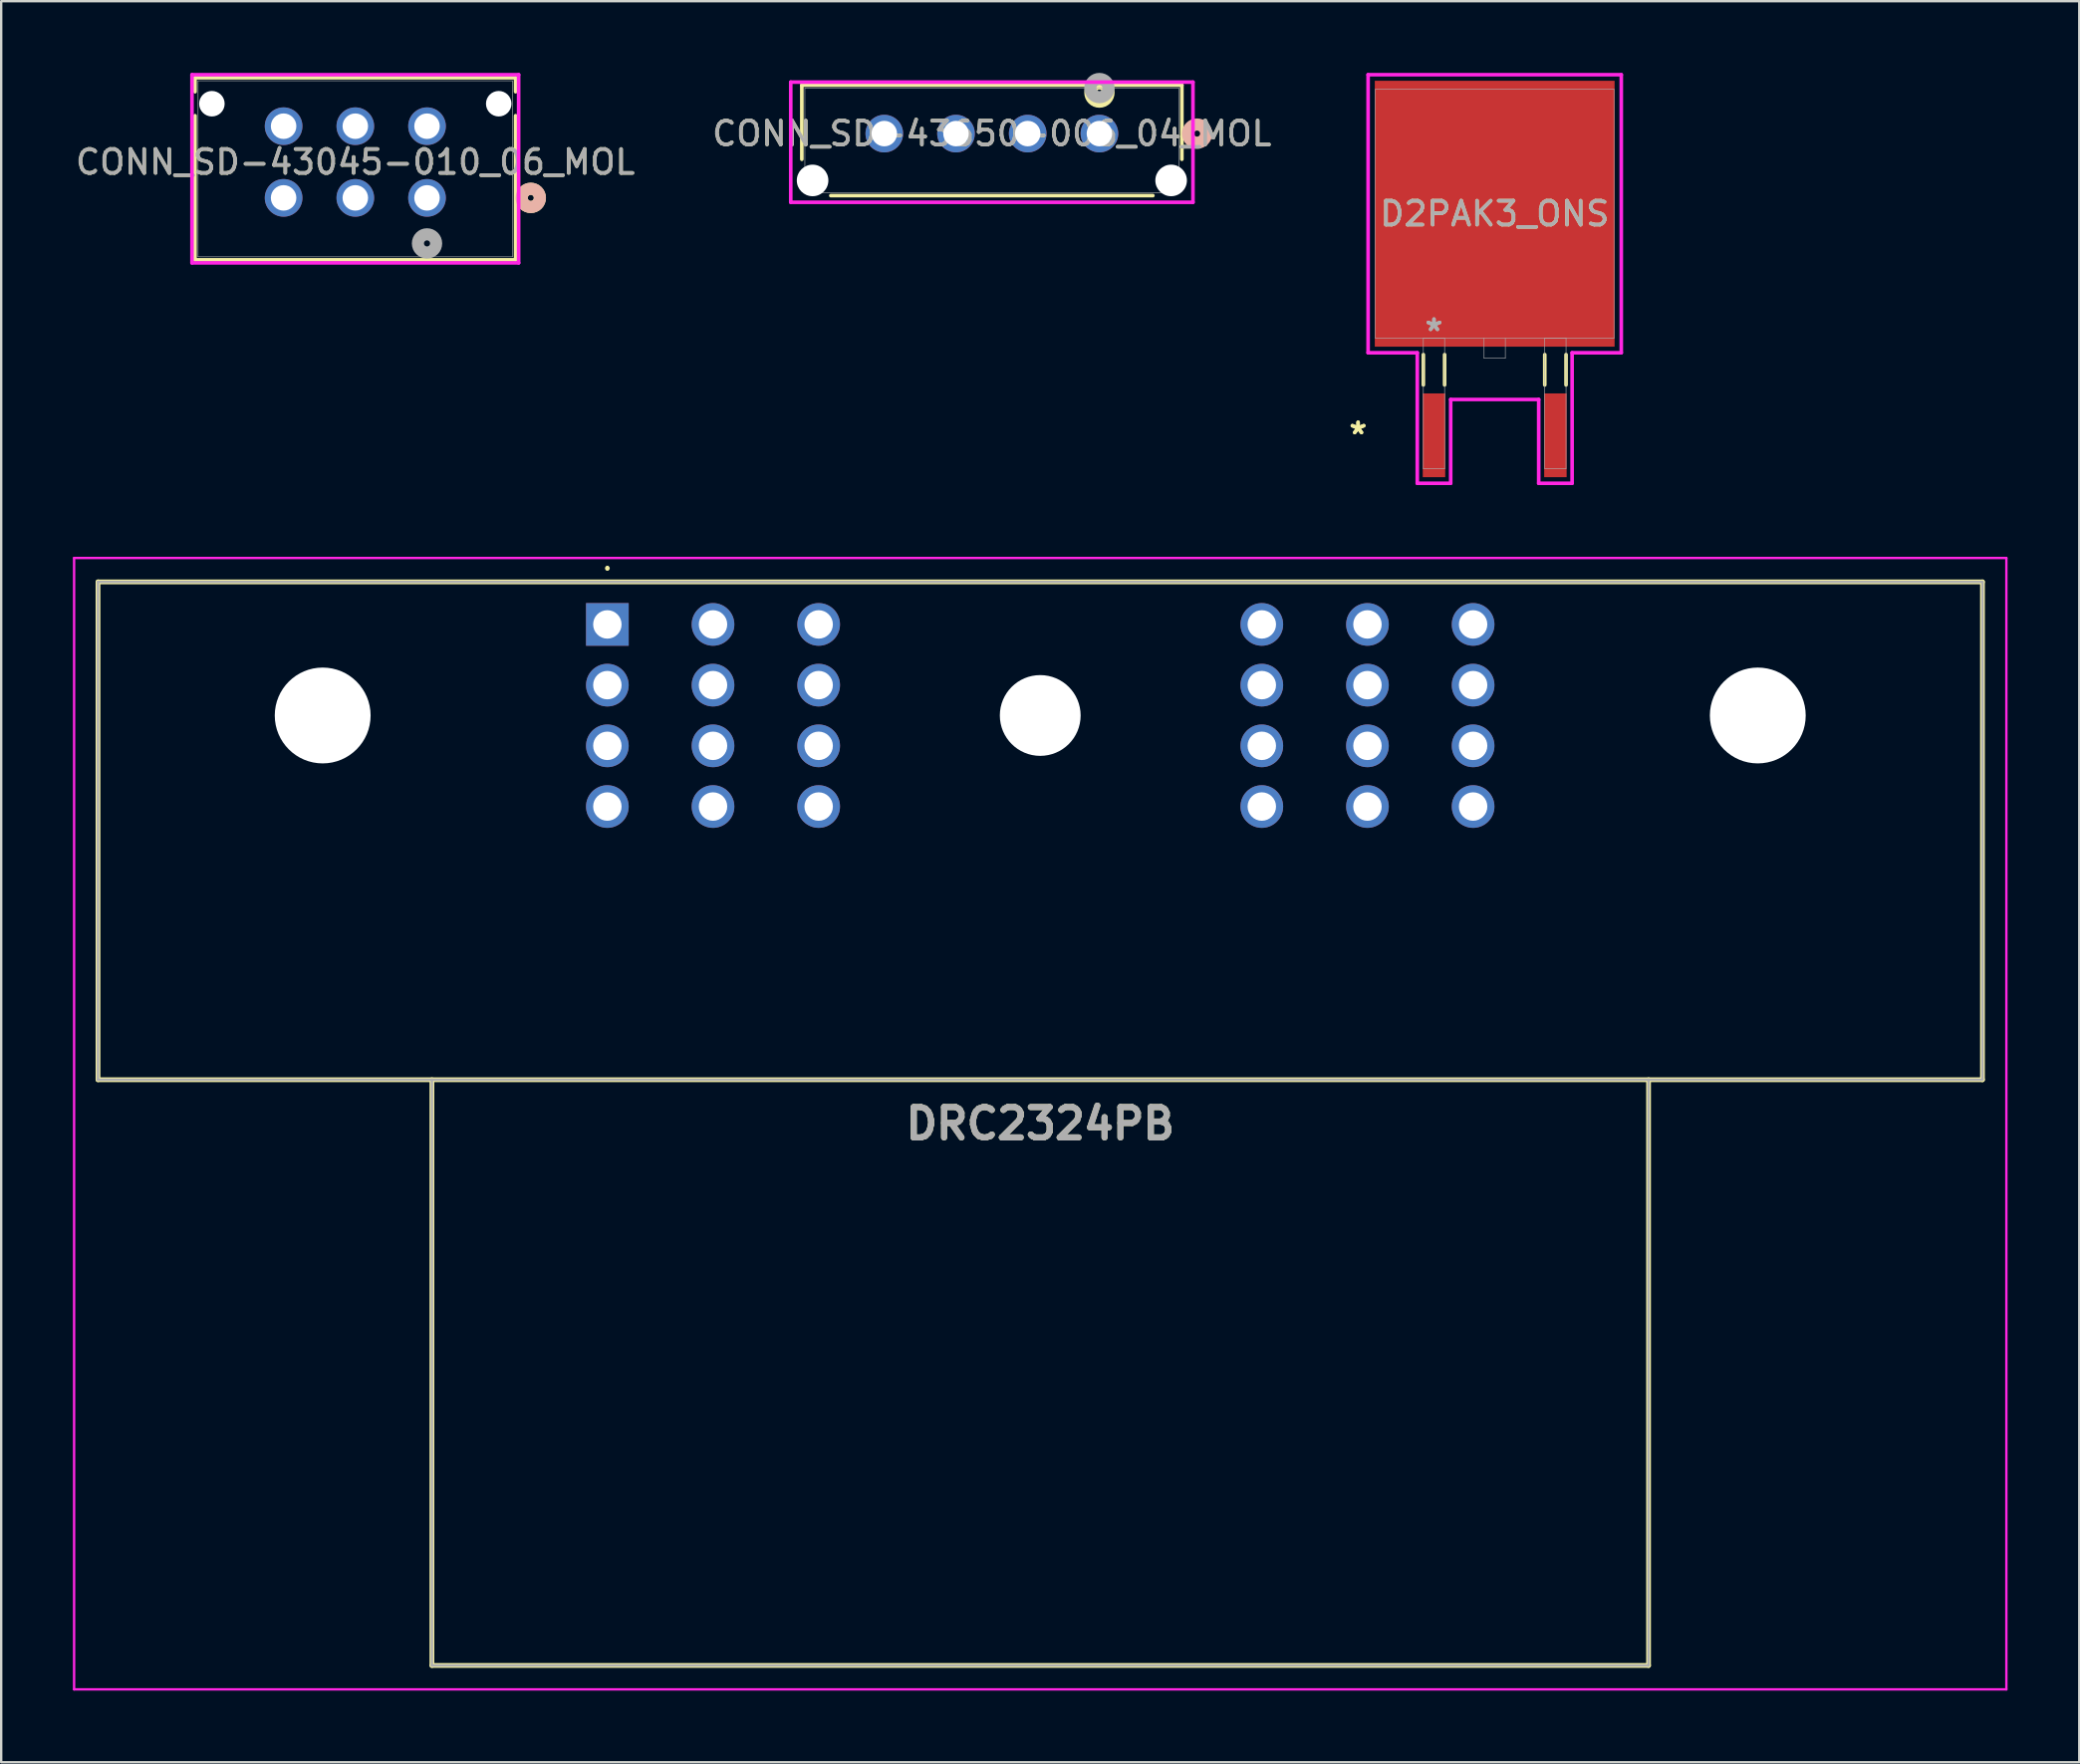
<source format=kicad_pcb>
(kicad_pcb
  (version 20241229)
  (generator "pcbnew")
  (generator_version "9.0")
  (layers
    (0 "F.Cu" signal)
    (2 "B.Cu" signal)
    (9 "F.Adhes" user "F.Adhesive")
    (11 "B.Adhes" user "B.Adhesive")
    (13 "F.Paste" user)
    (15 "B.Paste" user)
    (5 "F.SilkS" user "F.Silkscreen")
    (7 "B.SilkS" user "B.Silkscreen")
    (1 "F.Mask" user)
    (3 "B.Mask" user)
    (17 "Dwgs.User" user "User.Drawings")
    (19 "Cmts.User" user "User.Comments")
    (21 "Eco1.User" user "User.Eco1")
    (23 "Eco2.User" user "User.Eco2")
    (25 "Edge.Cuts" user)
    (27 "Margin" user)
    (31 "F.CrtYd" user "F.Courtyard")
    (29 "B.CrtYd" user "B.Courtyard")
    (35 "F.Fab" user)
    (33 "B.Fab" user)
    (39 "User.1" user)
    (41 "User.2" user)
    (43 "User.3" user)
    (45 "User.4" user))
  (footprint "DRC2324PB"
    (layer "F.Cu")
    (at 22.36 23.077)
    (property "Reference" "DRC2324PB" (at 18.11 20.89 0) (layer "F.SilkS") (effects (font (size 1.27 1.27) (thickness 0.254))))
    (attr through_hole)
    (fp_line (start -21.31 -1.78) (end -21.31 19.05) (stroke (width 0.2) (type solid)) (layer "F.SilkS"))
    (fp_line (start -21.31 19.05) (end 57.53 19.05) (stroke (width 0.2) (type solid)) (layer "F.SilkS"))
    (fp_line (start -7.34 19.05) (end -7.34 43.56) (stroke (width 0.2) (type solid)) (layer "F.SilkS"))
    (fp_line (start -7.34 43.56) (end 43.56 43.56) (stroke (width 0.2) (type solid)) (layer "F.SilkS"))
    (fp_line (start 0 -2.4) (end 0 -2.4) (stroke (width 0.1) (type solid)) (layer "F.SilkS"))
    (fp_line (start 0 -2.3) (end 0 -2.3) (stroke (width 0.1) (type solid)) (layer "F.SilkS"))
    (fp_line (start 43.56 43.56) (end 43.56 19.05) (stroke (width 0.2) (type solid)) (layer "F.SilkS"))
    (fp_line (start 57.53 -1.78) (end -21.31 -1.78) (stroke (width 0.2) (type solid)) (layer "F.SilkS"))
    (fp_line (start 57.53 19.05) (end 57.53 -1.78) (stroke (width 0.2) (type solid)) (layer "F.SilkS"))
    (fp_arc (start 0 -2.4) (mid 0.05 -2.35) (end 0 -2.3) (stroke (width 0.1) (type solid)) (layer "F.SilkS"))
    (fp_arc (start 0 -2.3) (mid -0.05 -2.35) (end 0 -2.4) (stroke (width 0.1) (type solid)) (layer "F.SilkS"))
    (fp_line (start -22.31 -2.78) (end -22.31 44.56) (stroke (width 0.1) (type solid)) (layer "F.CrtYd"))
    (fp_line (start -22.31 44.56) (end 58.53 44.56) (stroke (width 0.1) (type solid)) (layer "F.CrtYd"))
    (fp_line (start 58.53 -2.78) (end -22.31 -2.78) (stroke (width 0.1) (type solid)) (layer "F.CrtYd"))
    (fp_line (start 58.53 44.56) (end 58.53 -2.78) (stroke (width 0.1) (type solid)) (layer "F.CrtYd"))
    (fp_line (start -21.31 -1.78) (end -21.31 19.05) (stroke (width 0.1) (type solid)) (layer "F.Fab"))
    (fp_line (start -21.31 19.05) (end 57.53 19.05) (stroke (width 0.1) (type solid)) (layer "F.Fab"))
    (fp_line (start -7.34 19.05) (end -7.34 43.56) (stroke (width 0.1) (type solid)) (layer "F.Fab"))
    (fp_line (start -7.34 43.56) (end 43.56 43.56) (stroke (width 0.1) (type solid)) (layer "F.Fab"))
    (fp_line (start 43.56 43.56) (end 43.56 19.05) (stroke (width 0.1) (type solid)) (layer "F.Fab"))
    (fp_line (start 57.53 -1.78) (end -21.31 -1.78) (stroke (width 0.1) (type solid)) (layer "F.Fab"))
    (fp_line (start 57.53 19.05) (end 57.53 -1.78) (stroke (width 0.1) (type solid)) (layer "F.Fab"))
    (fp_text user "${REFERENCE}" (at 18.11 20.89 0) (layer "F.Fab") (effects (font (size 1.27 1.27) (thickness 0.254))))
    (pad "" np_thru_hole circle (at -11.91 3.81) (size 4.01 4.01) (drill 4.01) (layers "*.Cu" "*.Mask"))
    (pad "" np_thru_hole circle (at 18.11 3.81) (size 3.38 3.38) (drill 3.38) (layers "*.Cu" "*.Mask"))
    (pad "" np_thru_hole circle (at 48.13 3.81) (size 4.01 4.01) (drill 4.01) (layers "*.Cu" "*.Mask"))
    (pad "1" thru_hole rect (at 0 0) (size 1.785 1.785) (drill 1.19) (layers "*.Cu" "*.Mask"))
    (pad "2" thru_hole circle (at 4.42 0) (size 1.785 1.785) (drill 1.19) (layers "*.Cu" "*.Mask"))
    (pad "3" thru_hole circle (at 8.84 0) (size 1.785 1.785) (drill 1.19) (layers "*.Cu" "*.Mask"))
    (pad "4" thru_hole circle (at 27.38 0) (size 1.785 1.785) (drill 1.19) (layers "*.Cu" "*.Mask"))
    (pad "5" thru_hole circle (at 31.8 0) (size 1.785 1.785) (drill 1.19) (layers "*.Cu" "*.Mask"))
    (pad "6" thru_hole circle (at 36.22 0) (size 1.785 1.785) (drill 1.19) (layers "*.Cu" "*.Mask"))
    (pad "7" thru_hole circle (at 0 2.54) (size 1.785 1.785) (drill 1.19) (layers "*.Cu" "*.Mask"))
    (pad "8" thru_hole circle (at 4.42 2.54) (size 1.785 1.785) (drill 1.19) (layers "*.Cu" "*.Mask"))
    (pad "9" thru_hole circle (at 8.84 2.54) (size 1.785 1.785) (drill 1.19) (layers "*.Cu" "*.Mask"))
    (pad "10" thru_hole circle (at 27.38 2.54) (size 1.785 1.785) (drill 1.19) (layers "*.Cu" "*.Mask"))
    (pad "11" thru_hole circle (at 31.8 2.54) (size 1.785 1.785) (drill 1.19) (layers "*.Cu" "*.Mask"))
    (pad "12" thru_hole circle (at 36.22 2.54) (size 1.785 1.785) (drill 1.19) (layers "*.Cu" "*.Mask"))
    (pad "13" thru_hole circle (at 0 5.08) (size 1.785 1.785) (drill 1.19) (layers "*.Cu" "*.Mask"))
    (pad "14" thru_hole circle (at 4.42 5.08) (size 1.785 1.785) (drill 1.19) (layers "*.Cu" "*.Mask"))
    (pad "15" thru_hole circle (at 8.84 5.08) (size 1.785 1.785) (drill 1.19) (layers "*.Cu" "*.Mask"))
    (pad "16" thru_hole circle (at 27.38 5.08) (size 1.785 1.785) (drill 1.19) (layers "*.Cu" "*.Mask"))
    (pad "17" thru_hole circle (at 31.8 5.08) (size 1.785 1.785) (drill 1.19) (layers "*.Cu" "*.Mask"))
    (pad "18" thru_hole circle (at 36.22 5.08) (size 1.785 1.785) (drill 1.19) (layers "*.Cu" "*.Mask"))
    (pad "19" thru_hole circle (at 0 7.62) (size 1.785 1.785) (drill 1.19) (layers "*.Cu" "*.Mask"))
    (pad "20" thru_hole circle (at 4.42 7.62) (size 1.785 1.785) (drill 1.19) (layers "*.Cu" "*.Mask"))
    (pad "21" thru_hole circle (at 8.84 7.62) (size 1.785 1.785) (drill 1.19) (layers "*.Cu" "*.Mask"))
    (pad "22" thru_hole circle (at 27.38 7.62) (size 1.785 1.785) (drill 1.19) (layers "*.Cu" "*.Mask"))
    (pad "23" thru_hole circle (at 31.8 7.62) (size 1.785 1.785) (drill 1.19) (layers "*.Cu" "*.Mask"))
    (pad "24" thru_hole circle (at 36.22 7.62) (size 1.785 1.785) (drill 1.19) (layers "*.Cu" "*.Mask")))
  (footprint "CONN_SD-43650-006_04_MOL"
    (layer "F.Cu")
    (at 38.446 2.824)
    (property "Reference" "CONN_SD-43650-006_04_MOL" (at 0 -0.284 0) (unlocked yes) (layer "F.SilkS") (effects (font (size 1 1) (thickness 0.15))))
    (attr through_hole)
    (fp_line (start -7.95 -2.311) (end -7.95 0.79) (stroke (width 0.152) (type solid)) (layer "F.SilkS"))
    (fp_line (start -6.737 2.311) (end 6.737 2.311) (stroke (width 0.152) (type solid)) (layer "F.SilkS"))
    (fp_line (start 7.95 -2.311) (end -7.95 -2.311) (stroke (width 0.152) (type solid)) (layer "F.SilkS"))
    (fp_line (start 7.95 0.79) (end 7.95 -2.311) (stroke (width 0.152) (type solid)) (layer "F.SilkS"))
    (fp_circle (center 4.5 -2) (end 4.881 -2) (stroke (width 0.508) (type solid)) (fill no) (layer "F.SilkS"))
    (fp_circle (center 8.585 -0.284) (end 8.966 -0.284) (stroke (width 0.508) (type solid)) (fill no) (layer "B.SilkS"))
    (fp_line (start -8.414 -2.438) (end -8.414 2.59) (stroke (width 0.152) (type solid)) (layer "F.CrtYd"))
    (fp_line (start -8.414 2.59) (end 8.414 2.59) (stroke (width 0.152) (type solid)) (layer "F.CrtYd"))
    (fp_line (start 8.414 -2.438) (end -8.414 -2.438) (stroke (width 0.152) (type solid)) (layer "F.CrtYd"))
    (fp_line (start 8.414 2.59) (end 8.414 -2.438) (stroke (width 0.152) (type solid)) (layer "F.CrtYd"))
    (fp_line (start -7.823 -2.184) (end -7.823 2.184) (stroke (width 0.025) (type solid)) (layer "F.Fab"))
    (fp_line (start -7.823 2.184) (end 7.823 2.184) (stroke (width 0.025) (type solid)) (layer "F.Fab"))
    (fp_line (start 7.823 -2.184) (end -7.823 -2.184) (stroke (width 0.025) (type solid)) (layer "F.Fab"))
    (fp_line (start 7.823 2.184) (end 7.823 -2.184) (stroke (width 0.025) (type solid)) (layer "F.Fab"))
    (fp_circle (center 4.5 -2.189) (end 4.881 -2.189) (stroke (width 0.508) (type solid)) (fill no) (layer "F.Fab"))
    (fp_text user "${REFERENCE}" (at 0 -0.284 0) (unlocked yes) (layer "F.Fab") (effects (font (size 1 1) (thickness 0.15))))
    (pad "" np_thru_hole circle (at -7.5 1.676) (size 1.321 1.321) (drill 1.321) (layers "*.Cu" "*.Mask"))
    (pad "" np_thru_hole circle (at 7.5 1.676) (size 1.321 1.321) (drill 1.321) (layers "*.Cu" "*.Mask"))
    (pad "1" thru_hole circle (at 4.5 -0.284) (size 1.575 1.575) (drill 1.067) (layers "*.Cu" "*.Mask"))
    (pad "2" thru_hole circle (at 1.5 -0.284) (size 1.575 1.575) (drill 1.067) (layers "*.Cu" "*.Mask"))
    (pad "3" thru_hole circle (at -1.5 -0.284) (size 1.575 1.575) (drill 1.067) (layers "*.Cu" "*.Mask"))
    (pad "4" thru_hole circle (at -4.5 -0.284) (size 1.575 1.575) (drill 1.067) (layers "*.Cu" "*.Mask")))
  (footprint "CONN_SD-43045-010_06_MOL"
    (layer "F.Cu")
    (at 14.815 5.23)
    (property "Reference" "CONN_SD-43045-010_06_MOL" (at -3 -1.5 0) (unlocked yes) (layer "F.SilkS") (effects (font (size 1 1) (thickness 0.15))))
    (attr through_hole)
    (fp_line (start -9.706 -5.027) (end -9.706 -4.442) (stroke (width 0.152) (type solid)) (layer "F.SilkS"))
    (fp_line (start -9.706 -3.438) (end -9.706 2.593) (stroke (width 0.152) (type solid)) (layer "F.SilkS"))
    (fp_line (start -9.706 2.593) (end 3.706 2.593) (stroke (width 0.152) (type solid)) (layer "F.SilkS"))
    (fp_line (start 3.706 -5.027) (end -9.706 -5.027) (stroke (width 0.152) (type solid)) (layer "F.SilkS"))
    (fp_line (start 3.706 -4.442) (end 3.706 -5.027) (stroke (width 0.152) (type solid)) (layer "F.SilkS"))
    (fp_line (start 3.706 2.593) (end 3.706 -3.438) (stroke (width 0.152) (type solid)) (layer "F.SilkS"))
    (fp_circle (center 4.341 0) (end 4.722 0) (stroke (width 0.508) (type solid)) (fill no) (layer "F.SilkS"))
    (fp_circle (center 4.341 0) (end 4.722 0) (stroke (width 0.508) (type solid)) (fill no) (layer "B.SilkS"))
    (fp_line (start -9.833 -5.154) (end -9.833 2.72) (stroke (width 0.152) (type solid)) (layer "F.CrtYd"))
    (fp_line (start -9.833 2.72) (end 3.833 2.72) (stroke (width 0.152) (type solid)) (layer "F.CrtYd"))
    (fp_line (start 3.833 -5.154) (end -9.833 -5.154) (stroke (width 0.152) (type solid)) (layer "F.CrtYd"))
    (fp_line (start 3.833 2.72) (end 3.833 -5.154) (stroke (width 0.152) (type solid)) (layer "F.CrtYd"))
    (fp_line (start -9.579 -4.9) (end -9.579 2.466) (stroke (width 0.025) (type solid)) (layer "F.Fab"))
    (fp_line (start -9.579 2.466) (end 3.579 2.466) (stroke (width 0.025) (type solid)) (layer "F.Fab"))
    (fp_line (start 3.579 -4.9) (end -9.579 -4.9) (stroke (width 0.025) (type solid)) (layer "F.Fab"))
    (fp_line (start 3.579 2.466) (end 3.579 -4.9) (stroke (width 0.025) (type solid)) (layer "F.Fab"))
    (fp_circle (center 0 1.905) (end 0.381 1.905) (stroke (width 0.508) (type solid)) (fill no) (layer "F.Fab"))
    (fp_text user "${REFERENCE}" (at -3 -1.5 0) (unlocked yes) (layer "F.Fab") (effects (font (size 1 1) (thickness 0.15))))
    (pad "" np_thru_hole circle (at -9 -3.94) (size 1.067 1.067) (drill 1.067) (layers "*.Cu" "*.Mask"))
    (pad "" np_thru_hole circle (at 3 -3.94) (size 1.067 1.067) (drill 1.067) (layers "*.Cu" "*.Mask"))
    (pad "1" thru_hole circle (at 0 0) (size 1.575 1.575) (drill 1.067) (layers "*.Cu" "*.Mask"))
    (pad "2" thru_hole circle (at -3 0) (size 1.575 1.575) (drill 1.067) (layers "*.Cu" "*.Mask"))
    (pad "3" thru_hole circle (at -6 0) (size 1.575 1.575) (drill 1.067) (layers "*.Cu" "*.Mask"))
    (pad "4" thru_hole circle (at 0 -3) (size 1.575 1.575) (drill 1.067) (layers "*.Cu" "*.Mask"))
    (pad "5" thru_hole circle (at -3 -3) (size 1.575 1.575) (drill 1.067) (layers "*.Cu" "*.Mask"))
    (pad "6" thru_hole circle (at -6 -3) (size 1.575 1.575) (drill 1.067) (layers "*.Cu" "*.Mask")))
  (footprint "D2PAK3_ONS"
    (layer "F.Cu")
    (at 59.483 5.893)
    (property "Reference" "D2PAK3_ONS" (at 0 0 0) (unlocked yes) (layer "F.SilkS") (effects (font (size 1 1) (thickness 0.15))))
    (attr smd)
    (fp_line (start -2.985 5.895) (end -2.985 7.163) (stroke (width 0.152) (type solid)) (layer "F.SilkS"))
    (fp_line (start -2.095 5.895) (end -2.095 7.163) (stroke (width 0.152) (type solid)) (layer "F.SilkS"))
    (fp_line (start 2.095 5.895) (end 2.095 7.163) (stroke (width 0.152) (type solid)) (layer "F.SilkS"))
    (fp_line (start 2.985 5.895) (end 2.985 7.163) (stroke (width 0.152) (type solid)) (layer "F.SilkS"))
    (fp_line (start -5.296 -5.817) (end 5.296 -5.817) (stroke (width 0.152) (type solid)) (layer "F.CrtYd"))
    (fp_line (start -5.296 5.817) (end -5.296 -5.817) (stroke (width 0.152) (type solid)) (layer "F.CrtYd"))
    (fp_line (start -3.239 5.817) (end -5.296 5.817) (stroke (width 0.152) (type solid)) (layer "F.CrtYd"))
    (fp_line (start -3.239 11.278) (end -3.239 5.817) (stroke (width 0.152) (type solid)) (layer "F.CrtYd"))
    (fp_line (start -1.841 7.772) (end -1.841 11.278) (stroke (width 0.152) (type solid)) (layer "F.CrtYd"))
    (fp_line (start -1.841 11.278) (end -3.239 11.278) (stroke (width 0.152) (type solid)) (layer "F.CrtYd"))
    (fp_line (start 1.841 7.772) (end -1.841 7.772) (stroke (width 0.152) (type solid)) (layer "F.CrtYd"))
    (fp_line (start 1.841 11.278) (end 1.841 7.772) (stroke (width 0.152) (type solid)) (layer "F.CrtYd"))
    (fp_line (start 3.239 5.817) (end 3.239 11.278) (stroke (width 0.152) (type solid)) (layer "F.CrtYd"))
    (fp_line (start 3.239 11.278) (end 1.841 11.278) (stroke (width 0.152) (type solid)) (layer "F.CrtYd"))
    (fp_line (start 5.296 -5.817) (end 5.296 5.817) (stroke (width 0.152) (type solid)) (layer "F.CrtYd"))
    (fp_line (start 5.296 5.817) (end 3.239 5.817) (stroke (width 0.152) (type solid)) (layer "F.CrtYd"))
    (fp_line (start -4.991 -5.207) (end -4.991 5.207) (stroke (width 0.025) (type solid)) (layer "F.Fab"))
    (fp_line (start -4.991 5.207) (end 4.991 5.207) (stroke (width 0.025) (type solid)) (layer "F.Fab"))
    (fp_line (start -2.985 5.207) (end -2.985 10.668) (stroke (width 0.025) (type solid)) (layer "F.Fab"))
    (fp_line (start -2.985 10.668) (end -2.095 10.668) (stroke (width 0.025) (type solid)) (layer "F.Fab"))
    (fp_line (start -2.095 5.207) (end -2.985 5.207) (stroke (width 0.025) (type solid)) (layer "F.Fab"))
    (fp_line (start -2.095 10.668) (end -2.095 5.207) (stroke (width 0.025) (type solid)) (layer "F.Fab"))
    (fp_line (start -0.445 5.207) (end -0.445 6.045) (stroke (width 0.025) (type solid)) (layer "F.Fab"))
    (fp_line (start -0.445 6.045) (end 0.445 6.045) (stroke (width 0.025) (type solid)) (layer "F.Fab"))
    (fp_line (start 0.445 6.045) (end 0.445 5.207) (stroke (width 0.025) (type solid)) (layer "F.Fab"))
    (fp_line (start 2.095 5.207) (end 2.095 10.668) (stroke (width 0.025) (type solid)) (layer "F.Fab"))
    (fp_line (start 2.095 10.668) (end 2.985 10.668) (stroke (width 0.025) (type solid)) (layer "F.Fab"))
    (fp_line (start 2.985 5.207) (end 2.095 5.207) (stroke (width 0.025) (type solid)) (layer "F.Fab"))
    (fp_line (start 2.985 10.668) (end 2.985 5.207) (stroke (width 0.025) (type solid)) (layer "F.Fab"))
    (fp_line (start 4.991 -5.207) (end -4.991 -5.207) (stroke (width 0.025) (type solid)) (layer "F.Fab"))
    (fp_line (start 4.991 5.207) (end 4.991 -5.207) (stroke (width 0.025) (type solid)) (layer "F.Fab"))
    (fp_text user "*" (at -5.715 9.271 0) (unlocked yes) (layer "F.SilkS") (effects (font (size 1 1) (thickness 0.15))))
    (fp_text user "*" (at -5.715 9.271 0) (layer "F.SilkS") (effects (font (size 1 1) (thickness 0.15))))
    (fp_text user "*" (at -2.54 4.953 0) (layer "F.Fab") (effects (font (size 1 1) (thickness 0.15))))
    (fp_text user "*" (at -2.54 4.953 0) (unlocked yes) (layer "F.Fab") (effects (font (size 1 1) (thickness 0.15))))
    (fp_text user "${REFERENCE}" (at 0 0 0) (unlocked yes) (layer "F.Fab") (effects (font (size 1 1) (thickness 0.15))))
    (pad "1" smd rect (at -2.54 9.271) (size 0.94 3.505) (layers "F.Cu" "F.Mask" "F.Paste"))
    (pad "3" smd rect (at 2.54 9.271) (size 0.94 3.505) (layers "F.Cu" "F.Mask" "F.Paste"))
    (pad "4" smd rect (at 0 0) (size 10.033 11.125) (layers "F.Cu" "F.Mask" "F.Paste")))
  (gr_rect
    (start -3 -3)
    (end 83.94 70.687)
    (stroke (width 0.1) (type default))
    (fill no)
    (layer "Edge.Cuts")))
</source>
